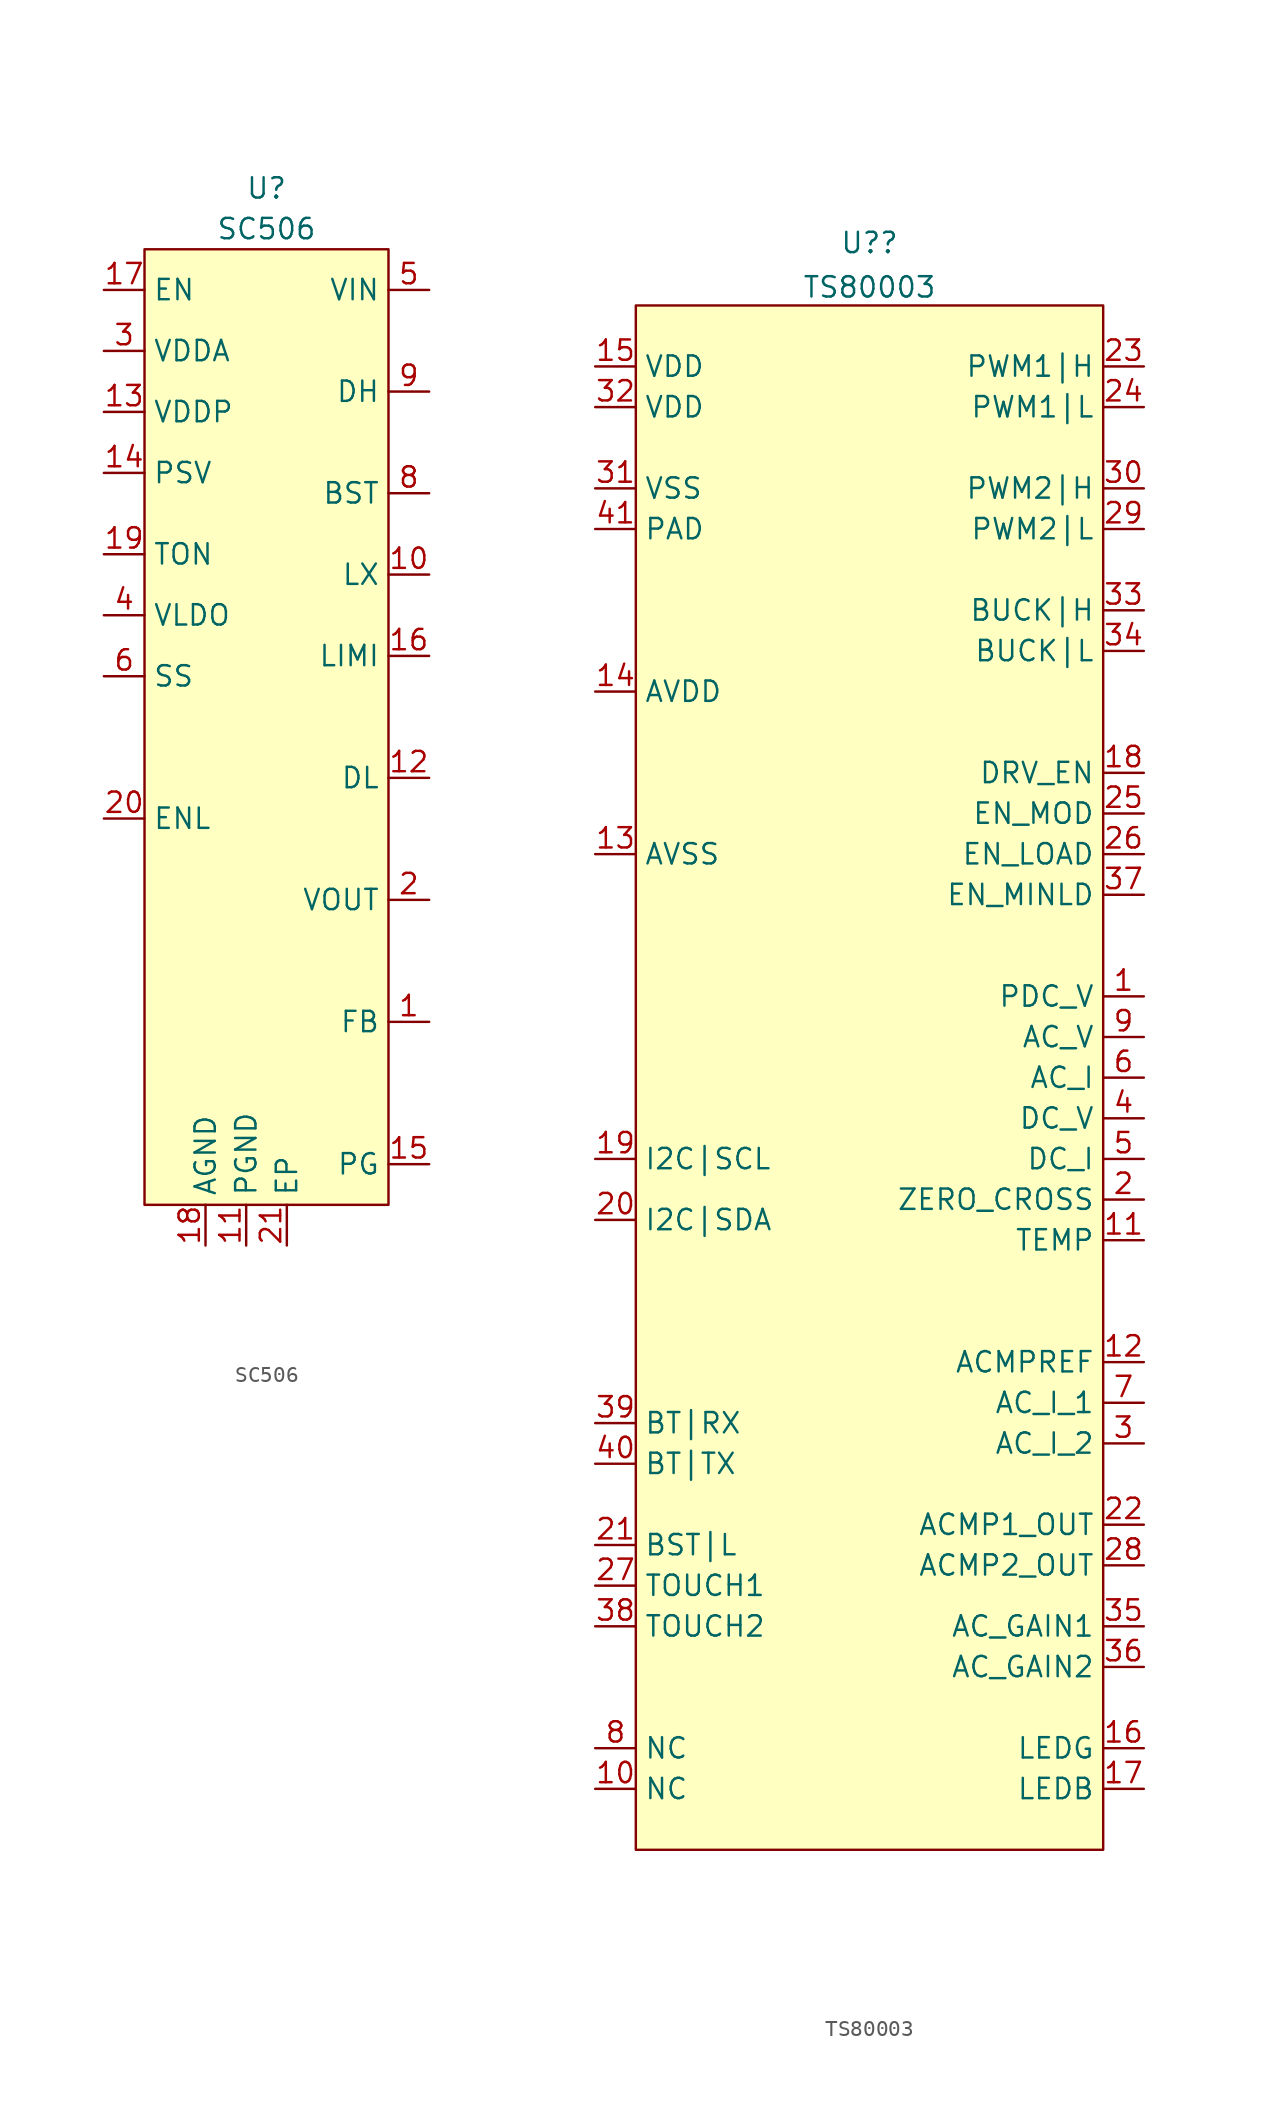
<source format=kicad_sym>
(kicad_symbol_lib
  (version 20211014)
  (generator kicad_symbol_editor)
  (symbol "TS:SC506"
    (property "Reference" "U"
      (at 0 24.13 0)
      (effects (font (size 1.27 1.27))))
    (property "Value" "SC506"
      (at 0 21.59 0)
      (effects (font (size 1.27 1.27))))
    (symbol "SC506_0_1"
      (rectangle (start -7.62 20.32) (end 7.62 -39.37) (stroke (width 0.152) (type default) (color 0 0 0 0)) (fill (type background))))
    (symbol "SC506_1_1"
      (pin input line (at 10.16 -27.94 180) (length 2.54) (name "FB" (effects (font (size 1.27 1.27)))) (number "1" (effects (font (size 1.27 1.27)))))
      (pin output line (at 10.16 0 180) (length 2.54) (name "LX" (effects (font (size 1.27 1.27)))) (number "10" (effects (font (size 1.27 1.27)))))
      (pin output line (at -1.27 -41.91 90) (length 2.54) (name "PGND" (effects (font (size 1.27 1.27)))) (number "11" (effects (font (size 1.27 1.27)))))
      (pin output line (at 10.16 -12.7 180) (length 2.54) (name "DL" (effects (font (size 1.27 1.27)))) (number "12" (effects (font (size 1.27 1.27)))))
      (pin output line (at -10.16 10.16 0) (length 2.54) (name "VDDP" (effects (font (size 1.27 1.27)))) (number "13" (effects (font (size 1.27 1.27)))))
      (pin output line (at -10.16 6.35 0) (length 2.54) (name "PSV" (effects (font (size 1.27 1.27)))) (number "14" (effects (font (size 1.27 1.27)))))
      (pin output line (at 10.16 -36.83 180) (length 2.54) (name "PG" (effects (font (size 1.27 1.27)))) (number "15" (effects (font (size 1.27 1.27)))))
      (pin output line (at 10.16 -5.08 180) (length 2.54) (name "LIMI" (effects (font (size 1.27 1.27)))) (number "16" (effects (font (size 1.27 1.27)))))
      (pin output line (at -10.16 17.78 0) (length 2.54) (name "EN" (effects (font (size 1.27 1.27)))) (number "17" (effects (font (size 1.27 1.27)))))
      (pin output line (at -3.81 -41.91 90) (length 2.54) (name "AGND" (effects (font (size 1.27 1.27)))) (number "18" (effects (font (size 1.27 1.27)))))
      (pin output line (at -10.16 1.27 0) (length 2.54) (name "TON" (effects (font (size 1.27 1.27)))) (number "19" (effects (font (size 1.27 1.27)))))
      (pin input line (at 10.16 -20.32 180) (length 2.54) (name "VOUT" (effects (font (size 1.27 1.27)))) (number "2" (effects (font (size 1.27 1.27)))))
      (pin output line (at -10.16 -15.24 0) (length 2.54) (name "ENL" (effects (font (size 1.27 1.27)))) (number "20" (effects (font (size 1.27 1.27)))))
      (pin output line (at 1.27 -41.91 90) (length 2.54) (name "EP" (effects (font (size 1.27 1.27)))) (number "21" (effects (font (size 1.27 1.27)))))
      (pin output line (at -10.16 13.97 0) (length 2.54) (name "VDDA" (effects (font (size 1.27 1.27)))) (number "3" (effects (font (size 1.27 1.27)))))
      (pin output line (at -10.16 -2.54 0) (length 2.54) (name "VLDO" (effects (font (size 1.27 1.27)))) (number "4" (effects (font (size 1.27 1.27)))))
      (pin input line (at 10.16 17.78 180) (length 2.54) (name "VIN" (effects (font (size 1.27 1.27)))) (number "5" (effects (font (size 1.27 1.27)))))
      (pin output line (at -10.16 -6.35 0) (length 2.54) (name "SS" (effects (font (size 1.27 1.27)))) (number "6" (effects (font (size 1.27 1.27)))))
      (pin no_connect line (at 0 -10.16 270) (length 2.54) hide (name "NC" (effects (font (size 1.27 1.27)))) (number "7" (effects (font (size 1.27 1.27)))))
      (pin output line (at 10.16 5.08 180) (length 2.54) (name "BST" (effects (font (size 1.27 1.27)))) (number "8" (effects (font (size 1.27 1.27)))))
      (pin output line (at 10.16 11.43 180) (length 2.54) (name "DH" (effects (font (size 1.27 1.27)))) (number "9" (effects (font (size 1.27 1.27)))))))
  (symbol "TS:TS80003"
    (property "Reference" "U?"
      (at -0.635 44.556 0)
      (effects (font (size 1.27 1.27))))
    (property "Value" "TS80003"
      (at -0.635 41.781 0)
      (effects (font (size 1.27 1.27))))
    (symbol "TS80003_0_1"
      (rectangle (start -15.24 40.64) (end 13.97 -55.88) (stroke (width 0.152) (type default) (color 0 0 0 0)) (fill (type background))))
    (symbol "TS80003_1_1"
      (pin output line (at 16.51 -2.54 180) (length 2.54) (name "PDC_V" (effects (font (size 1.27 1.27)))) (number "1" (effects (font (size 1.27 1.27)))))
      (pin input line (at -17.78 -52.07 0) (length 2.54) (name "NC" (effects (font (size 1.27 1.27)))) (number "10" (effects (font (size 1.27 1.27)))))
      (pin input line (at 16.51 -17.78 180) (length 2.54) (name "TEMP" (effects (font (size 1.27 1.27)))) (number "11" (effects (font (size 1.27 1.27)))))
      (pin input line (at 16.51 -25.4 180) (length 2.54) (name "ACMPREF" (effects (font (size 1.27 1.27)))) (number "12" (effects (font (size 1.27 1.27)))))
      (pin passive line (at -17.78 6.35 0) (length 2.54) (name "AVSS" (effects (font (size 1.27 1.27)))) (number "13" (effects (font (size 1.27 1.27)))))
      (pin power_in line (at -17.78 16.51 0) (length 2.54) (name "AVDD" (effects (font (size 1.27 1.27)))) (number "14" (effects (font (size 1.27 1.27)))))
      (pin power_in line (at -17.78 36.83 0) (length 2.54) (name "VDD" (effects (font (size 1.27 1.27)))) (number "15" (effects (font (size 1.27 1.27)))))
      (pin output line (at 16.51 -49.53 180) (length 2.54) (name "LEDG" (effects (font (size 1.27 1.27)))) (number "16" (effects (font (size 1.27 1.27)))))
      (pin output line (at 16.51 -52.07 180) (length 2.54) (name "LEDB" (effects (font (size 1.27 1.27)))) (number "17" (effects (font (size 1.27 1.27)))))
      (pin output line (at 16.51 11.43 180) (length 2.54) (name "DRV_EN" (effects (font (size 1.27 1.27)))) (number "18" (effects (font (size 1.27 1.27)))))
      (pin input line (at -17.78 -12.7 0) (length 2.54) (name "I2C|SCL" (effects (font (size 1.27 1.27)))) (number "19" (effects (font (size 1.27 1.27)))))
      (pin input line (at 16.51 -15.24 180) (length 2.54) (name "ZERO_CROSS" (effects (font (size 1.27 1.27)))) (number "2" (effects (font (size 1.27 1.27)))))
      (pin input line (at -17.78 -16.51 0) (length 2.54) (name "I2C|SDA" (effects (font (size 1.27 1.27)))) (number "20" (effects (font (size 1.27 1.27)))))
      (pin input line (at -17.78 -36.83 0) (length 2.54) (name "BST|L" (effects (font (size 1.27 1.27)))) (number "21" (effects (font (size 1.27 1.27)))))
      (pin output line (at 16.51 -35.56 180) (length 2.54) (name "ACMP1_OUT" (effects (font (size 1.27 1.27)))) (number "22" (effects (font (size 1.27 1.27)))))
      (pin output line (at 16.51 36.83 180) (length 2.54) (name "PWM1|H" (effects (font (size 1.27 1.27)))) (number "23" (effects (font (size 1.27 1.27)))))
      (pin output line (at 16.51 34.29 180) (length 2.54) (name "PWM1|L" (effects (font (size 1.27 1.27)))) (number "24" (effects (font (size 1.27 1.27)))))
      (pin output line (at 16.51 8.89 180) (length 2.54) (name "EN_MOD" (effects (font (size 1.27 1.27)))) (number "25" (effects (font (size 1.27 1.27)))))
      (pin output line (at 16.51 6.35 180) (length 2.54) (name "EN_LOAD" (effects (font (size 1.27 1.27)))) (number "26" (effects (font (size 1.27 1.27)))))
      (pin input line (at -17.78 -39.37 0) (length 2.54) (name "TOUCH1" (effects (font (size 1.27 1.27)))) (number "27" (effects (font (size 1.27 1.27)))))
      (pin input line (at 16.51 -38.1 180) (length 2.54) (name "ACMP2_OUT" (effects (font (size 1.27 1.27)))) (number "28" (effects (font (size 1.27 1.27)))))
      (pin output line (at 16.51 26.67 180) (length 2.54) (name "PWM2|L" (effects (font (size 1.27 1.27)))) (number "29" (effects (font (size 1.27 1.27)))))
      (pin input line (at 16.51 -30.48 180) (length 2.54) (name "AC_I_2" (effects (font (size 1.27 1.27)))) (number "3" (effects (font (size 1.27 1.27)))))
      (pin output line (at 16.51 29.21 180) (length 2.54) (name "PWM2|H" (effects (font (size 1.27 1.27)))) (number "30" (effects (font (size 1.27 1.27)))))
      (pin passive line (at -17.78 29.21 0) (length 2.54) (name "VSS" (effects (font (size 1.27 1.27)))) (number "31" (effects (font (size 1.27 1.27)))))
      (pin power_in line (at -17.78 34.29 0) (length 2.54) (name "VDD" (effects (font (size 1.27 1.27)))) (number "32" (effects (font (size 1.27 1.27)))))
      (pin output line (at 16.51 21.59 180) (length 2.54) (name "BUCK|H" (effects (font (size 1.27 1.27)))) (number "33" (effects (font (size 1.27 1.27)))))
      (pin output line (at 16.51 19.05 180) (length 2.54) (name "BUCK|L" (effects (font (size 1.27 1.27)))) (number "34" (effects (font (size 1.27 1.27)))))
      (pin input line (at 16.51 -41.91 180) (length 2.54) (name "AC_GAIN1" (effects (font (size 1.27 1.27)))) (number "35" (effects (font (size 1.27 1.27)))))
      (pin input line (at 16.51 -44.45 180) (length 2.54) (name "AC_GAIN2" (effects (font (size 1.27 1.27)))) (number "36" (effects (font (size 1.27 1.27)))))
      (pin input line (at 16.51 3.81 180) (length 2.54) (name "EN_MINLD" (effects (font (size 1.27 1.27)))) (number "37" (effects (font (size 1.27 1.27)))))
      (pin input line (at -17.78 -41.91 0) (length 2.54) (name "TOUCH2" (effects (font (size 1.27 1.27)))) (number "38" (effects (font (size 1.27 1.27)))))
      (pin input line (at -17.78 -29.21 0) (length 2.54) (name "BT|RX" (effects (font (size 1.27 1.27)))) (number "39" (effects (font (size 1.27 1.27)))))
      (pin input line (at 16.51 -10.16 180) (length 2.54) (name "DC_V" (effects (font (size 1.27 1.27)))) (number "4" (effects (font (size 1.27 1.27)))))
      (pin input line (at -17.78 -31.75 0) (length 2.54) (name "BT|TX" (effects (font (size 1.27 1.27)))) (number "40" (effects (font (size 1.27 1.27)))))
      (pin passive line (at -17.78 26.67 0) (length 2.54) (name "PAD" (effects (font (size 1.27 1.27)))) (number "41" (effects (font (size 1.27 1.27)))))
      (pin input line (at 16.51 -12.7 180) (length 2.54) (name "DC_I" (effects (font (size 1.27 1.27)))) (number "5" (effects (font (size 1.27 1.27)))))
      (pin input line (at 16.51 -7.62 180) (length 2.54) (name "AC_I" (effects (font (size 1.27 1.27)))) (number "6" (effects (font (size 1.27 1.27)))))
      (pin output line (at 16.51 -27.94 180) (length 2.54) (name "AC_I_1" (effects (font (size 1.27 1.27)))) (number "7" (effects (font (size 1.27 1.27)))))
      (pin input line (at -17.78 -49.53 0) (length 2.54) (name "NC" (effects (font (size 1.27 1.27)))) (number "8" (effects (font (size 1.27 1.27)))))
      (pin input line (at 16.51 -5.08 180) (length 2.54) (name "AC_V" (effects (font (size 1.27 1.27)))) (number "9" (effects (font (size 1.27 1.27))))))))
</source>
